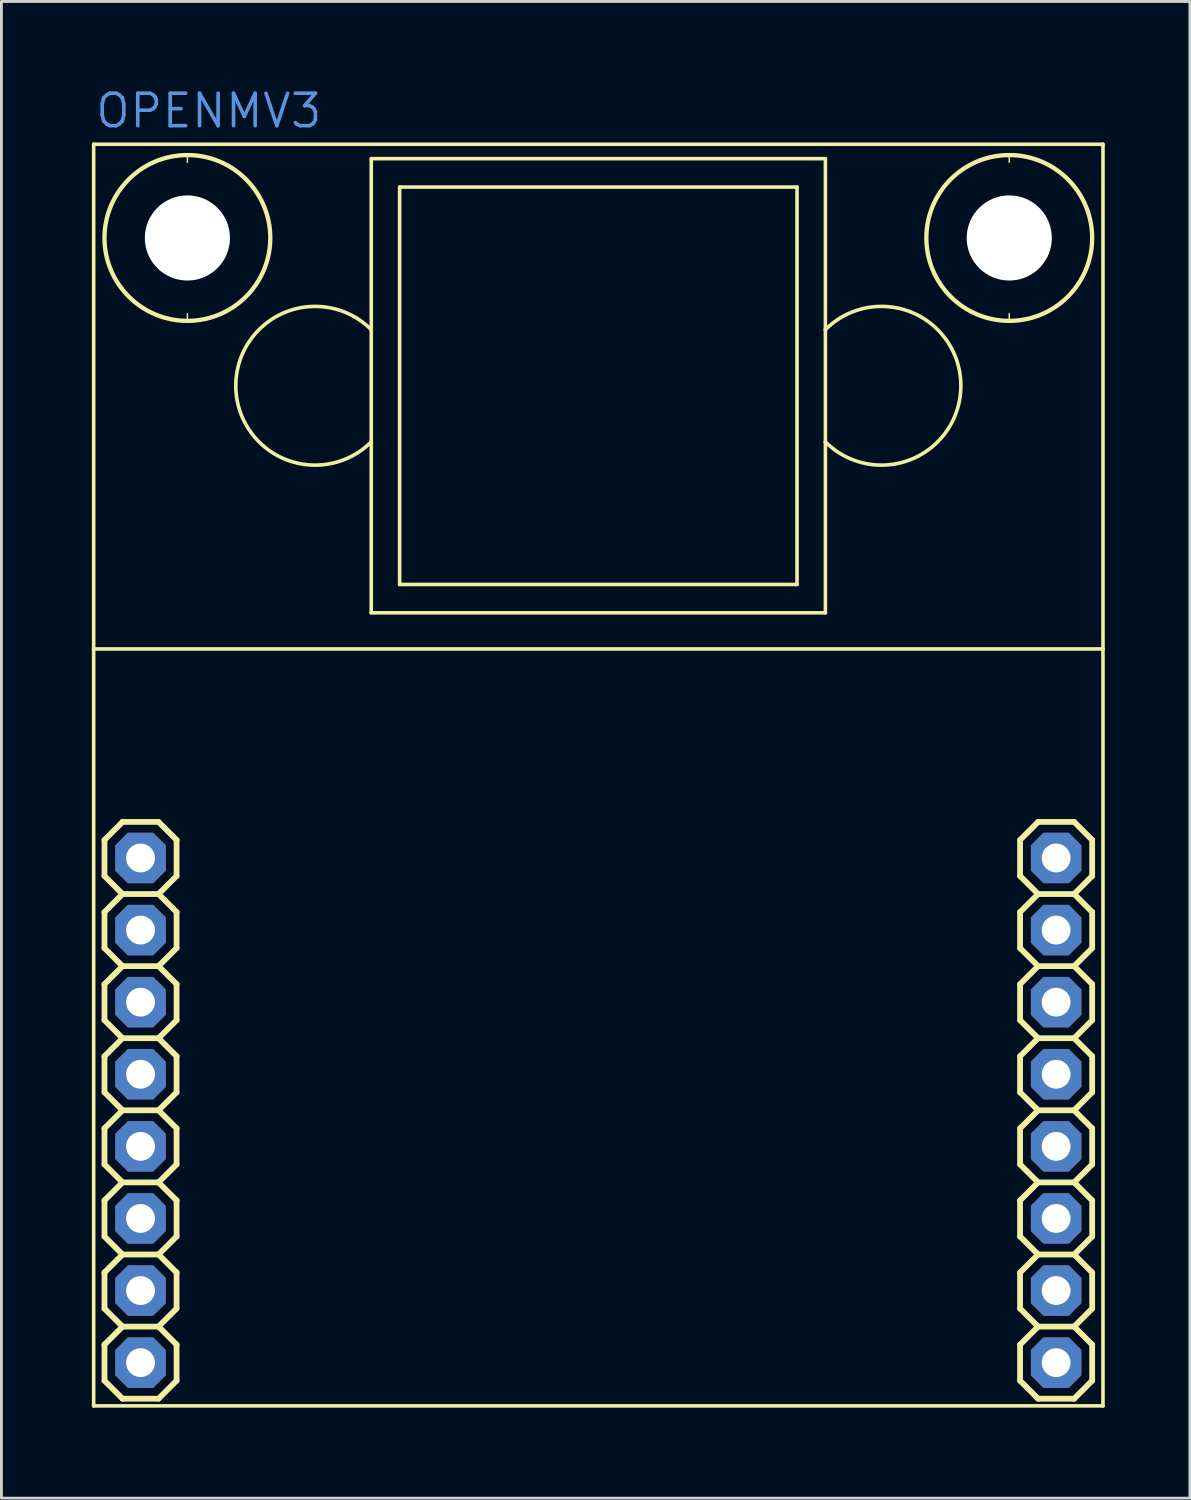
<source format=kicad_pcb>
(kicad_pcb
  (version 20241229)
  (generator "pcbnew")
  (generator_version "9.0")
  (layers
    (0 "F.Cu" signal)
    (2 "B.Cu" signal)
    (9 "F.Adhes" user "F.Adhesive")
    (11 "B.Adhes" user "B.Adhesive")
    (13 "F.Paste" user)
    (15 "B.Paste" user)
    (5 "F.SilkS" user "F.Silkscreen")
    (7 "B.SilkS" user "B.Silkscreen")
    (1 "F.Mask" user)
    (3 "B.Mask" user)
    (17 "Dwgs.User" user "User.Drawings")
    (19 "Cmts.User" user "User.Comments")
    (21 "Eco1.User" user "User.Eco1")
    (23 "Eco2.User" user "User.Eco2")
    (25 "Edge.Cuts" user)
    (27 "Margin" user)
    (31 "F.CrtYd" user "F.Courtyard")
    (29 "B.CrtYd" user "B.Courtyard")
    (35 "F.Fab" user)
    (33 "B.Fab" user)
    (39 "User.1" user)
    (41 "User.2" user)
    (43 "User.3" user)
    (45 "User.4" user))
  (footprint "OPENMV3"
    (layer "F.Cu")
    (at 0.25 46.482)
    (property "Reference" "OPENMV3" (at 0 -44.958 0) (layer "Cmts.User") (effects (font (size 1.143 1.143) (thickness 0.127)) (justify left bottom)))
    (fp_line (start 0 -44.45) (end 35.56 -44.45) (stroke (width 0.127) (type solid)) (layer "F.SilkS"))
    (fp_line (start 0 -26.67) (end 0 -44.45) (stroke (width 0.127) (type solid)) (layer "F.SilkS"))
    (fp_line (start 0 -26.67) (end 35.56 -26.67) (stroke (width 0.127) (type solid)) (layer "F.SilkS"))
    (fp_line (start 0 0) (end 0 -26.67) (stroke (width 0.127) (type solid)) (layer "F.SilkS"))
    (fp_line (start 0.381 -19.939) (end 0.381 -18.669) (stroke (width 0.203) (type solid)) (layer "F.SilkS"))
    (fp_line (start 0.381 -18.669) (end 1.016 -18.034) (stroke (width 0.203) (type solid)) (layer "F.SilkS"))
    (fp_line (start 0.381 -17.399) (end 0.381 -16.129) (stroke (width 0.203) (type solid)) (layer "F.SilkS"))
    (fp_line (start 0.381 -16.129) (end 1.016 -15.494) (stroke (width 0.203) (type solid)) (layer "F.SilkS"))
    (fp_line (start 0.381 -14.859) (end 0.381 -13.589) (stroke (width 0.203) (type solid)) (layer "F.SilkS"))
    (fp_line (start 0.381 -13.589) (end 1.016 -12.954) (stroke (width 0.203) (type solid)) (layer "F.SilkS"))
    (fp_line (start 0.381 -12.319) (end 0.381 -11.049) (stroke (width 0.203) (type solid)) (layer "F.SilkS"))
    (fp_line (start 0.381 -11.049) (end 1.016 -10.414) (stroke (width 0.203) (type solid)) (layer "F.SilkS"))
    (fp_line (start 0.381 -9.779) (end 0.381 -8.509) (stroke (width 0.203) (type solid)) (layer "F.SilkS"))
    (fp_line (start 0.381 -8.509) (end 1.016 -7.874) (stroke (width 0.203) (type solid)) (layer "F.SilkS"))
    (fp_line (start 0.381 -7.239) (end 0.381 -5.969) (stroke (width 0.203) (type solid)) (layer "F.SilkS"))
    (fp_line (start 0.381 -5.969) (end 1.016 -5.334) (stroke (width 0.203) (type solid)) (layer "F.SilkS"))
    (fp_line (start 0.381 -4.699) (end 0.381 -3.429) (stroke (width 0.203) (type solid)) (layer "F.SilkS"))
    (fp_line (start 0.381 -3.429) (end 1.016 -2.794) (stroke (width 0.203) (type solid)) (layer "F.SilkS"))
    (fp_line (start 0.381 -2.159) (end 0.381 -0.889) (stroke (width 0.203) (type solid)) (layer "F.SilkS"))
    (fp_line (start 0.381 -0.889) (end 1.016 -0.254) (stroke (width 0.203) (type solid)) (layer "F.SilkS"))
    (fp_line (start 1.016 -20.574) (end 0.381 -19.939) (stroke (width 0.203) (type solid)) (layer "F.SilkS"))
    (fp_line (start 1.016 -20.574) (end 2.286 -20.574) (stroke (width 0.203) (type solid)) (layer "F.SilkS"))
    (fp_line (start 1.016 -18.034) (end 0.381 -17.399) (stroke (width 0.203) (type solid)) (layer "F.SilkS"))
    (fp_line (start 1.016 -15.494) (end 0.381 -14.859) (stroke (width 0.203) (type solid)) (layer "F.SilkS"))
    (fp_line (start 1.016 -12.954) (end 0.381 -12.319) (stroke (width 0.203) (type solid)) (layer "F.SilkS"))
    (fp_line (start 1.016 -10.414) (end 0.381 -9.779) (stroke (width 0.203) (type solid)) (layer "F.SilkS"))
    (fp_line (start 1.016 -7.874) (end 0.381 -7.239) (stroke (width 0.203) (type solid)) (layer "F.SilkS"))
    (fp_line (start 1.016 -5.334) (end 0.381 -4.699) (stroke (width 0.203) (type solid)) (layer "F.SilkS"))
    (fp_line (start 1.016 -2.794) (end 0.381 -2.159) (stroke (width 0.203) (type solid)) (layer "F.SilkS"))
    (fp_line (start 2.286 -20.574) (end 2.921 -19.939) (stroke (width 0.203) (type solid)) (layer "F.SilkS"))
    (fp_line (start 2.286 -18.034) (end 1.016 -18.034) (stroke (width 0.203) (type solid)) (layer "F.SilkS"))
    (fp_line (start 2.286 -18.034) (end 2.921 -17.399) (stroke (width 0.203) (type solid)) (layer "F.SilkS"))
    (fp_line (start 2.286 -15.494) (end 1.016 -15.494) (stroke (width 0.203) (type solid)) (layer "F.SilkS"))
    (fp_line (start 2.286 -15.494) (end 2.921 -14.859) (stroke (width 0.203) (type solid)) (layer "F.SilkS"))
    (fp_line (start 2.286 -12.954) (end 1.016 -12.954) (stroke (width 0.203) (type solid)) (layer "F.SilkS"))
    (fp_line (start 2.286 -12.954) (end 2.921 -12.319) (stroke (width 0.203) (type solid)) (layer "F.SilkS"))
    (fp_line (start 2.286 -10.414) (end 1.016 -10.414) (stroke (width 0.203) (type solid)) (layer "F.SilkS"))
    (fp_line (start 2.286 -10.414) (end 2.921 -9.779) (stroke (width 0.203) (type solid)) (layer "F.SilkS"))
    (fp_line (start 2.286 -7.874) (end 1.016 -7.874) (stroke (width 0.203) (type solid)) (layer "F.SilkS"))
    (fp_line (start 2.286 -7.874) (end 2.921 -7.239) (stroke (width 0.203) (type solid)) (layer "F.SilkS"))
    (fp_line (start 2.286 -5.334) (end 1.016 -5.334) (stroke (width 0.203) (type solid)) (layer "F.SilkS"))
    (fp_line (start 2.286 -5.334) (end 2.921 -4.699) (stroke (width 0.203) (type solid)) (layer "F.SilkS"))
    (fp_line (start 2.286 -2.794) (end 1.016 -2.794) (stroke (width 0.203) (type solid)) (layer "F.SilkS"))
    (fp_line (start 2.286 -2.794) (end 2.921 -2.159) (stroke (width 0.203) (type solid)) (layer "F.SilkS"))
    (fp_line (start 2.286 -0.254) (end 1.016 -0.254) (stroke (width 0.203) (type solid)) (layer "F.SilkS"))
    (fp_line (start 2.921 -19.939) (end 2.921 -18.669) (stroke (width 0.203) (type solid)) (layer "F.SilkS"))
    (fp_line (start 2.921 -18.669) (end 2.286 -18.034) (stroke (width 0.203) (type solid)) (layer "F.SilkS"))
    (fp_line (start 2.921 -17.399) (end 2.921 -16.129) (stroke (width 0.203) (type solid)) (layer "F.SilkS"))
    (fp_line (start 2.921 -16.129) (end 2.286 -15.494) (stroke (width 0.203) (type solid)) (layer "F.SilkS"))
    (fp_line (start 2.921 -14.859) (end 2.921 -13.589) (stroke (width 0.203) (type solid)) (layer "F.SilkS"))
    (fp_line (start 2.921 -13.589) (end 2.286 -12.954) (stroke (width 0.203) (type solid)) (layer "F.SilkS"))
    (fp_line (start 2.921 -12.319) (end 2.921 -11.049) (stroke (width 0.203) (type solid)) (layer "F.SilkS"))
    (fp_line (start 2.921 -11.049) (end 2.286 -10.414) (stroke (width 0.203) (type solid)) (layer "F.SilkS"))
    (fp_line (start 2.921 -9.779) (end 2.921 -8.509) (stroke (width 0.203) (type solid)) (layer "F.SilkS"))
    (fp_line (start 2.921 -8.509) (end 2.286 -7.874) (stroke (width 0.203) (type solid)) (layer "F.SilkS"))
    (fp_line (start 2.921 -7.239) (end 2.921 -5.969) (stroke (width 0.203) (type solid)) (layer "F.SilkS"))
    (fp_line (start 2.921 -5.969) (end 2.286 -5.334) (stroke (width 0.203) (type solid)) (layer "F.SilkS"))
    (fp_line (start 2.921 -4.699) (end 2.921 -3.429) (stroke (width 0.203) (type solid)) (layer "F.SilkS"))
    (fp_line (start 2.921 -3.429) (end 2.286 -2.794) (stroke (width 0.203) (type solid)) (layer "F.SilkS"))
    (fp_line (start 2.921 -2.159) (end 2.921 -0.889) (stroke (width 0.203) (type solid)) (layer "F.SilkS"))
    (fp_line (start 2.921 -0.889) (end 2.286 -0.254) (stroke (width 0.203) (type solid)) (layer "F.SilkS"))
    (fp_line (start 3.302 -44.069) (end 3.302 -43.815) (stroke (width 0.051) (type solid)) (layer "F.SilkS"))
    (fp_line (start 3.302 -38.481) (end 3.302 -38.227) (stroke (width 0.051) (type solid)) (layer "F.SilkS"))
    (fp_line (start 9.78 -43.941) (end 25.78 -43.941) (stroke (width 0.127) (type solid)) (layer "F.SilkS"))
    (fp_line (start 9.78 -37.918) (end 9.78 -43.941) (stroke (width 0.127) (type solid)) (layer "F.SilkS"))
    (fp_line (start 9.78 -33.964) (end 9.78 -37.918) (stroke (width 0.127) (type solid)) (layer "F.SilkS"))
    (fp_line (start 9.78 -27.941) (end 9.78 -33.964) (stroke (width 0.127) (type solid)) (layer "F.SilkS"))
    (fp_line (start 10.78 -42.941) (end 10.78 -28.941) (stroke (width 0.127) (type solid)) (layer "F.SilkS"))
    (fp_line (start 10.78 -28.941) (end 24.78 -28.941) (stroke (width 0.127) (type solid)) (layer "F.SilkS"))
    (fp_line (start 24.78 -42.941) (end 10.78 -42.941) (stroke (width 0.127) (type solid)) (layer "F.SilkS"))
    (fp_line (start 24.78 -28.941) (end 24.78 -42.941) (stroke (width 0.127) (type solid)) (layer "F.SilkS"))
    (fp_line (start 25.78 -43.941) (end 25.78 -37.918) (stroke (width 0.127) (type solid)) (layer "F.SilkS"))
    (fp_line (start 25.78 -37.918) (end 25.78 -33.964) (stroke (width 0.127) (type solid)) (layer "F.SilkS"))
    (fp_line (start 25.78 -33.964) (end 25.78 -27.941) (stroke (width 0.127) (type solid)) (layer "F.SilkS"))
    (fp_line (start 25.78 -27.941) (end 9.78 -27.941) (stroke (width 0.127) (type solid)) (layer "F.SilkS"))
    (fp_line (start 32.258 -44.069) (end 32.258 -43.815) (stroke (width 0.051) (type solid)) (layer "F.SilkS"))
    (fp_line (start 32.258 -38.481) (end 32.258 -38.227) (stroke (width 0.051) (type solid)) (layer "F.SilkS"))
    (fp_line (start 32.639 -19.939) (end 32.639 -18.669) (stroke (width 0.203) (type solid)) (layer "F.SilkS"))
    (fp_line (start 32.639 -18.669) (end 33.274 -18.034) (stroke (width 0.203) (type solid)) (layer "F.SilkS"))
    (fp_line (start 32.639 -17.399) (end 32.639 -16.129) (stroke (width 0.203) (type solid)) (layer "F.SilkS"))
    (fp_line (start 32.639 -16.129) (end 33.274 -15.494) (stroke (width 0.203) (type solid)) (layer "F.SilkS"))
    (fp_line (start 32.639 -14.859) (end 32.639 -13.589) (stroke (width 0.203) (type solid)) (layer "F.SilkS"))
    (fp_line (start 32.639 -13.589) (end 33.274 -12.954) (stroke (width 0.203) (type solid)) (layer "F.SilkS"))
    (fp_line (start 32.639 -12.319) (end 32.639 -11.049) (stroke (width 0.203) (type solid)) (layer "F.SilkS"))
    (fp_line (start 32.639 -11.049) (end 33.274 -10.414) (stroke (width 0.203) (type solid)) (layer "F.SilkS"))
    (fp_line (start 32.639 -9.779) (end 32.639 -8.509) (stroke (width 0.203) (type solid)) (layer "F.SilkS"))
    (fp_line (start 32.639 -8.509) (end 33.274 -7.874) (stroke (width 0.203) (type solid)) (layer "F.SilkS"))
    (fp_line (start 32.639 -7.239) (end 32.639 -5.969) (stroke (width 0.203) (type solid)) (layer "F.SilkS"))
    (fp_line (start 32.639 -5.969) (end 33.274 -5.334) (stroke (width 0.203) (type solid)) (layer "F.SilkS"))
    (fp_line (start 32.639 -4.699) (end 32.639 -3.429) (stroke (width 0.203) (type solid)) (layer "F.SilkS"))
    (fp_line (start 32.639 -3.429) (end 33.274 -2.794) (stroke (width 0.203) (type solid)) (layer "F.SilkS"))
    (fp_line (start 32.639 -2.159) (end 32.639 -0.889) (stroke (width 0.203) (type solid)) (layer "F.SilkS"))
    (fp_line (start 32.639 -0.889) (end 33.274 -0.254) (stroke (width 0.203) (type solid)) (layer "F.SilkS"))
    (fp_line (start 33.274 -20.574) (end 32.639 -19.939) (stroke (width 0.203) (type solid)) (layer "F.SilkS"))
    (fp_line (start 33.274 -20.574) (end 34.544 -20.574) (stroke (width 0.203) (type solid)) (layer "F.SilkS"))
    (fp_line (start 33.274 -18.034) (end 32.639 -17.399) (stroke (width 0.203) (type solid)) (layer "F.SilkS"))
    (fp_line (start 33.274 -15.494) (end 32.639 -14.859) (stroke (width 0.203) (type solid)) (layer "F.SilkS"))
    (fp_line (start 33.274 -12.954) (end 32.639 -12.319) (stroke (width 0.203) (type solid)) (layer "F.SilkS"))
    (fp_line (start 33.274 -10.414) (end 32.639 -9.779) (stroke (width 0.203) (type solid)) (layer "F.SilkS"))
    (fp_line (start 33.274 -7.874) (end 32.639 -7.239) (stroke (width 0.203) (type solid)) (layer "F.SilkS"))
    (fp_line (start 33.274 -5.334) (end 32.639 -4.699) (stroke (width 0.203) (type solid)) (layer "F.SilkS"))
    (fp_line (start 33.274 -2.794) (end 32.639 -2.159) (stroke (width 0.203) (type solid)) (layer "F.SilkS"))
    (fp_line (start 34.544 -20.574) (end 35.179 -19.939) (stroke (width 0.203) (type solid)) (layer "F.SilkS"))
    (fp_line (start 34.544 -18.034) (end 33.274 -18.034) (stroke (width 0.203) (type solid)) (layer "F.SilkS"))
    (fp_line (start 34.544 -18.034) (end 35.179 -17.399) (stroke (width 0.203) (type solid)) (layer "F.SilkS"))
    (fp_line (start 34.544 -15.494) (end 33.274 -15.494) (stroke (width 0.203) (type solid)) (layer "F.SilkS"))
    (fp_line (start 34.544 -15.494) (end 35.179 -14.859) (stroke (width 0.203) (type solid)) (layer "F.SilkS"))
    (fp_line (start 34.544 -12.954) (end 33.274 -12.954) (stroke (width 0.203) (type solid)) (layer "F.SilkS"))
    (fp_line (start 34.544 -12.954) (end 35.179 -12.319) (stroke (width 0.203) (type solid)) (layer "F.SilkS"))
    (fp_line (start 34.544 -10.414) (end 33.274 -10.414) (stroke (width 0.203) (type solid)) (layer "F.SilkS"))
    (fp_line (start 34.544 -10.414) (end 35.179 -9.779) (stroke (width 0.203) (type solid)) (layer "F.SilkS"))
    (fp_line (start 34.544 -7.874) (end 33.274 -7.874) (stroke (width 0.203) (type solid)) (layer "F.SilkS"))
    (fp_line (start 34.544 -7.874) (end 35.179 -7.239) (stroke (width 0.203) (type solid)) (layer "F.SilkS"))
    (fp_line (start 34.544 -5.334) (end 33.274 -5.334) (stroke (width 0.203) (type solid)) (layer "F.SilkS"))
    (fp_line (start 34.544 -5.334) (end 35.179 -4.699) (stroke (width 0.203) (type solid)) (layer "F.SilkS"))
    (fp_line (start 34.544 -2.794) (end 33.274 -2.794) (stroke (width 0.203) (type solid)) (layer "F.SilkS"))
    (fp_line (start 34.544 -2.794) (end 35.179 -2.159) (stroke (width 0.203) (type solid)) (layer "F.SilkS"))
    (fp_line (start 34.544 -0.254) (end 33.274 -0.254) (stroke (width 0.203) (type solid)) (layer "F.SilkS"))
    (fp_line (start 35.179 -19.939) (end 35.179 -18.669) (stroke (width 0.203) (type solid)) (layer "F.SilkS"))
    (fp_line (start 35.179 -18.669) (end 34.544 -18.034) (stroke (width 0.203) (type solid)) (layer "F.SilkS"))
    (fp_line (start 35.179 -17.399) (end 35.179 -16.129) (stroke (width 0.203) (type solid)) (layer "F.SilkS"))
    (fp_line (start 35.179 -16.129) (end 34.544 -15.494) (stroke (width 0.203) (type solid)) (layer "F.SilkS"))
    (fp_line (start 35.179 -14.859) (end 35.179 -13.589) (stroke (width 0.203) (type solid)) (layer "F.SilkS"))
    (fp_line (start 35.179 -13.589) (end 34.544 -12.954) (stroke (width 0.203) (type solid)) (layer "F.SilkS"))
    (fp_line (start 35.179 -12.319) (end 35.179 -11.049) (stroke (width 0.203) (type solid)) (layer "F.SilkS"))
    (fp_line (start 35.179 -11.049) (end 34.544 -10.414) (stroke (width 0.203) (type solid)) (layer "F.SilkS"))
    (fp_line (start 35.179 -9.779) (end 35.179 -8.509) (stroke (width 0.203) (type solid)) (layer "F.SilkS"))
    (fp_line (start 35.179 -8.509) (end 34.544 -7.874) (stroke (width 0.203) (type solid)) (layer "F.SilkS"))
    (fp_line (start 35.179 -7.239) (end 35.179 -5.969) (stroke (width 0.203) (type solid)) (layer "F.SilkS"))
    (fp_line (start 35.179 -5.969) (end 34.544 -5.334) (stroke (width 0.203) (type solid)) (layer "F.SilkS"))
    (fp_line (start 35.179 -4.699) (end 35.179 -3.429) (stroke (width 0.203) (type solid)) (layer "F.SilkS"))
    (fp_line (start 35.179 -3.429) (end 34.544 -2.794) (stroke (width 0.203) (type solid)) (layer "F.SilkS"))
    (fp_line (start 35.179 -2.159) (end 35.179 -0.889) (stroke (width 0.203) (type solid)) (layer "F.SilkS"))
    (fp_line (start 35.179 -0.889) (end 34.544 -0.254) (stroke (width 0.203) (type solid)) (layer "F.SilkS"))
    (fp_line (start 35.56 -44.45) (end 35.56 -26.67) (stroke (width 0.127) (type solid)) (layer "F.SilkS"))
    (fp_line (start 35.56 -26.67) (end 35.56 0) (stroke (width 0.127) (type solid)) (layer "F.SilkS"))
    (fp_line (start 35.56 0) (end 0 0) (stroke (width 0.127) (type solid)) (layer "F.SilkS"))
    (fp_arc (start 9.78 -33.964) (mid 5.0071 -35.941) (end 9.78 -37.918) (stroke (width 0.127) (type solid)) (layer "F.SilkS"))
    (fp_arc (start 25.78 -37.918) (mid 30.5529 -35.941) (end 25.78 -33.964) (stroke (width 0.127) (type solid)) (layer "F.SilkS"))
    (fp_circle (center 3.302 -41.148) (end 6.223 -41.148) (stroke (width 0.152) (type solid)) (fill no) (layer "F.SilkS"))
    (fp_circle (center 32.258 -41.148) (end 35.179 -41.148) (stroke (width 0.152) (type solid)) (fill no) (layer "F.SilkS"))
    (pad "" np_thru_hole circle (at 3.302 -41.148) (size 3 3) (drill 3) (layers "*.Cu" "*.Mask"))
    (pad "" np_thru_hole circle (at 32.258 -41.148) (size 3 3) (drill 3) (layers "*.Cu" "*.Mask"))
    (pad "11" thru_hole roundrect (at 1.651 -19.304 270) (size 1.778 1.778) (drill 1.016) (layers "*.Cu" "*.Mask") (roundrect_rratio 0.25) (chamfer_ratio 0.25) (chamfer top_left top_right bottom_left bottom_right))
    (pad "12" thru_hole roundrect (at 1.651 -16.764 270) (size 1.778 1.778) (drill 1.016) (layers "*.Cu" "*.Mask") (roundrect_rratio 0.25) (chamfer_ratio 0.25) (chamfer top_left top_right bottom_left bottom_right))
    (pad "13" thru_hole roundrect (at 1.651 -14.224 270) (size 1.778 1.778) (drill 1.016) (layers "*.Cu" "*.Mask") (roundrect_rratio 0.25) (chamfer_ratio 0.25) (chamfer top_left top_right bottom_left bottom_right))
    (pad "14" thru_hole roundrect (at 1.651 -11.684 270) (size 1.778 1.778) (drill 1.016) (layers "*.Cu" "*.Mask") (roundrect_rratio 0.25) (chamfer_ratio 0.25) (chamfer top_left top_right bottom_left bottom_right))
    (pad "15" thru_hole roundrect (at 1.651 -9.144 270) (size 1.778 1.778) (drill 1.016) (layers "*.Cu" "*.Mask") (roundrect_rratio 0.25) (chamfer_ratio 0.25) (chamfer top_left top_right bottom_left bottom_right))
    (pad "16" thru_hole roundrect (at 1.651 -6.604 270) (size 1.778 1.778) (drill 1.016) (layers "*.Cu" "*.Mask") (roundrect_rratio 0.25) (chamfer_ratio 0.25) (chamfer top_left top_right bottom_left bottom_right))
    (pad "17" thru_hole roundrect (at 1.651 -4.064 270) (size 1.778 1.778) (drill 1.016) (layers "*.Cu" "*.Mask") (roundrect_rratio 0.25) (chamfer_ratio 0.25) (chamfer top_left top_right bottom_left bottom_right))
    (pad "18" thru_hole roundrect (at 1.651 -1.524 270) (size 1.778 1.778) (drill 1.016) (layers "*.Cu" "*.Mask") (roundrect_rratio 0.25) (chamfer_ratio 0.25) (chamfer top_left top_right bottom_left bottom_right))
    (pad "21" thru_hole roundrect (at 33.909 -19.304 270) (size 1.778 1.778) (drill 1.016) (layers "*.Cu" "*.Mask") (roundrect_rratio 0.25) (chamfer_ratio 0.25) (chamfer top_left top_right bottom_left bottom_right))
    (pad "22" thru_hole roundrect (at 33.909 -16.764 270) (size 1.778 1.778) (drill 1.016) (layers "*.Cu" "*.Mask") (roundrect_rratio 0.25) (chamfer_ratio 0.25) (chamfer top_left top_right bottom_left bottom_right))
    (pad "23" thru_hole roundrect (at 33.909 -14.224 270) (size 1.778 1.778) (drill 1.016) (layers "*.Cu" "*.Mask") (roundrect_rratio 0.25) (chamfer_ratio 0.25) (chamfer top_left top_right bottom_left bottom_right))
    (pad "24" thru_hole roundrect (at 33.909 -11.684 270) (size 1.778 1.778) (drill 1.016) (layers "*.Cu" "*.Mask") (roundrect_rratio 0.25) (chamfer_ratio 0.25) (chamfer top_left top_right bottom_left bottom_right))
    (pad "25" thru_hole roundrect (at 33.909 -9.144 270) (size 1.778 1.778) (drill 1.016) (layers "*.Cu" "*.Mask") (roundrect_rratio 0.25) (chamfer_ratio 0.25) (chamfer top_left top_right bottom_left bottom_right))
    (pad "26" thru_hole roundrect (at 33.909 -6.604 270) (size 1.778 1.778) (drill 1.016) (layers "*.Cu" "*.Mask") (roundrect_rratio 0.25) (chamfer_ratio 0.25) (chamfer top_left top_right bottom_left bottom_right))
    (pad "27" thru_hole roundrect (at 33.909 -4.064 270) (size 1.778 1.778) (drill 1.016) (layers "*.Cu" "*.Mask") (roundrect_rratio 0.25) (chamfer_ratio 0.25) (chamfer top_left top_right bottom_left bottom_right))
    (pad "28" thru_hole roundrect (at 33.909 -1.524 270) (size 1.778 1.778) (drill 1.016) (layers "*.Cu" "*.Mask") (roundrect_rratio 0.25) (chamfer_ratio 0.25) (chamfer top_left top_right bottom_left bottom_right))
    (zone (net_name "") (layer "F.Cu") (hatch edge 0.508) (connect_pads) (min_thickness 0.254) (filled_areas_thickness no) (keepout (tracks not_allowed) (vias not_allowed) (pads not_allowed) (copperpour not_allowed) (footprints allowed)) (placement (enabled no)) (fill) (polygon (pts (xy 6.549 5.334) (xy 6.504 4.814) (xy 6.368 4.309) (xy 6.148 3.835) (xy 5.848 3.407) (xy 5.479 3.038) (xy 5.051 2.738) (xy 4.577 2.518) (xy 4.072 2.382) (xy 3.552 2.337) (xy 3.032 2.382) (xy 2.527 2.518) (xy 2.053 2.738) (xy 1.625 3.038) (xy 1.256 3.407) (xy 0.956 3.835) (xy 0.736 4.309) (xy 0.6 4.814) (xy 0.555 5.334) (xy 0.6 5.854) (xy 0.736 6.359) (xy 0.956 6.833) (xy 1.256 7.261) (xy 1.625 7.63) (xy 2.053 7.93) (xy 2.527 8.15) (xy 3.032 8.286) (xy 3.552 8.331) (xy 4.072 8.286) (xy 4.577 8.15) (xy 5.051 7.93) (xy 5.479 7.63) (xy 5.848 7.261) (xy 6.148 6.833) (xy 6.368 6.359) (xy 6.504 5.854))) (polygon (pts (xy 6.397 5.334) (xy 6.354 4.84) (xy 6.225 4.361) (xy 6.016 3.912) (xy 5.731 3.505) (xy 5.381 3.155) (xy 4.974 2.87) (xy 4.525 2.661) (xy 4.046 2.532) (xy 3.552 2.489) (xy 3.058 2.532) (xy 2.579 2.661) (xy 2.13 2.87) (xy 1.723 3.155) (xy 1.373 3.505) (xy 1.088 3.912) (xy 0.879 4.361) (xy 0.75 4.84) (xy 0.707 5.334) (xy 0.75 5.828) (xy 0.879 6.307) (xy 1.088 6.756) (xy 1.373 7.163) (xy 1.723 7.513) (xy 2.13 7.798) (xy 2.579 8.007) (xy 3.058 8.136) (xy 3.552 8.179) (xy 4.046 8.136) (xy 4.525 8.007) (xy 4.974 7.798) (xy 5.381 7.513) (xy 5.731 7.163) (xy 6.016 6.756) (xy 6.225 6.307) (xy 6.354 5.828))))
    (zone (net_name "") (layer "F.Cu") (hatch edge 0.508) (connect_pads) (min_thickness 0.254) (filled_areas_thickness no) (keepout (tracks not_allowed) (vias not_allowed) (pads not_allowed) (copperpour not_allowed) (footprints allowed)) (placement (enabled no)) (fill) (polygon (pts (xy 35.505 5.334) (xy 35.46 4.814) (xy 35.324 4.309) (xy 35.104 3.835) (xy 34.804 3.407) (xy 34.435 3.038) (xy 34.007 2.738) (xy 33.533 2.518) (xy 33.028 2.382) (xy 32.508 2.337) (xy 31.988 2.382) (xy 31.483 2.518) (xy 31.009 2.738) (xy 30.581 3.038) (xy 30.212 3.407) (xy 29.912 3.835) (xy 29.692 4.309) (xy 29.556 4.814) (xy 29.511 5.334) (xy 29.556 5.854) (xy 29.692 6.359) (xy 29.912 6.833) (xy 30.212 7.261) (xy 30.581 7.63) (xy 31.009 7.93) (xy 31.483 8.15) (xy 31.988 8.286) (xy 32.508 8.331) (xy 33.028 8.286) (xy 33.533 8.15) (xy 34.007 7.93) (xy 34.435 7.63) (xy 34.804 7.261) (xy 35.104 6.833) (xy 35.324 6.359) (xy 35.46 5.854))) (polygon (pts (xy 35.353 5.334) (xy 35.31 4.84) (xy 35.181 4.361) (xy 34.972 3.912) (xy 34.687 3.505) (xy 34.337 3.155) (xy 33.93 2.87) (xy 33.481 2.661) (xy 33.002 2.532) (xy 32.508 2.489) (xy 32.014 2.532) (xy 31.535 2.661) (xy 31.086 2.87) (xy 30.679 3.155) (xy 30.329 3.505) (xy 30.044 3.912) (xy 29.835 4.361) (xy 29.706 4.84) (xy 29.663 5.334) (xy 29.706 5.828) (xy 29.835 6.307) (xy 30.044 6.756) (xy 30.329 7.163) (xy 30.679 7.513) (xy 31.086 7.798) (xy 31.535 8.007) (xy 32.014 8.136) (xy 32.508 8.179) (xy 33.002 8.136) (xy 33.481 8.007) (xy 33.93 7.798) (xy 34.337 7.513) (xy 34.687 7.163) (xy 34.972 6.756) (xy 35.181 6.307) (xy 35.31 5.828))))
    (zone (net_name "") (layer "B.Cu") (hatch edge 0.508) (connect_pads) (min_thickness 0.254) (filled_areas_thickness no) (keepout (tracks not_allowed) (vias not_allowed) (pads not_allowed) (copperpour not_allowed) (footprints allowed)) (placement (enabled no)) (fill) (polygon (pts (xy 6.549 5.334) (xy 6.504 4.814) (xy 6.368 4.309) (xy 6.148 3.835) (xy 5.848 3.407) (xy 5.479 3.038) (xy 5.051 2.738) (xy 4.577 2.518) (xy 4.072 2.382) (xy 3.552 2.337) (xy 3.032 2.382) (xy 2.527 2.518) (xy 2.053 2.738) (xy 1.625 3.038) (xy 1.256 3.407) (xy 0.956 3.835) (xy 0.736 4.309) (xy 0.6 4.814) (xy 0.555 5.334) (xy 0.6 5.854) (xy 0.736 6.359) (xy 0.956 6.833) (xy 1.256 7.261) (xy 1.625 7.63) (xy 2.053 7.93) (xy 2.527 8.15) (xy 3.032 8.286) (xy 3.552 8.331) (xy 4.072 8.286) (xy 4.577 8.15) (xy 5.051 7.93) (xy 5.479 7.63) (xy 5.848 7.261) (xy 6.148 6.833) (xy 6.368 6.359) (xy 6.504 5.854))) (polygon (pts (xy 6.397 5.334) (xy 6.354 4.84) (xy 6.225 4.361) (xy 6.016 3.912) (xy 5.731 3.505) (xy 5.381 3.155) (xy 4.974 2.87) (xy 4.525 2.661) (xy 4.046 2.532) (xy 3.552 2.489) (xy 3.058 2.532) (xy 2.579 2.661) (xy 2.13 2.87) (xy 1.723 3.155) (xy 1.373 3.505) (xy 1.088 3.912) (xy 0.879 4.361) (xy 0.75 4.84) (xy 0.707 5.334) (xy 0.75 5.828) (xy 0.879 6.307) (xy 1.088 6.756) (xy 1.373 7.163) (xy 1.723 7.513) (xy 2.13 7.798) (xy 2.579 8.007) (xy 3.058 8.136) (xy 3.552 8.179) (xy 4.046 8.136) (xy 4.525 8.007) (xy 4.974 7.798) (xy 5.381 7.513) (xy 5.731 7.163) (xy 6.016 6.756) (xy 6.225 6.307) (xy 6.354 5.828))))
    (zone (net_name "") (layer "B.Cu") (hatch edge 0.508) (connect_pads) (min_thickness 0.254) (filled_areas_thickness no) (keepout (tracks not_allowed) (vias not_allowed) (pads not_allowed) (copperpour not_allowed) (footprints allowed)) (placement (enabled no)) (fill) (polygon (pts (xy 35.505 5.334) (xy 35.46 4.814) (xy 35.324 4.309) (xy 35.104 3.835) (xy 34.804 3.407) (xy 34.435 3.038) (xy 34.007 2.738) (xy 33.533 2.518) (xy 33.028 2.382) (xy 32.508 2.337) (xy 31.988 2.382) (xy 31.483 2.518) (xy 31.009 2.738) (xy 30.581 3.038) (xy 30.212 3.407) (xy 29.912 3.835) (xy 29.692 4.309) (xy 29.556 4.814) (xy 29.511 5.334) (xy 29.556 5.854) (xy 29.692 6.359) (xy 29.912 6.833) (xy 30.212 7.261) (xy 30.581 7.63) (xy 31.009 7.93) (xy 31.483 8.15) (xy 31.988 8.286) (xy 32.508 8.331) (xy 33.028 8.286) (xy 33.533 8.15) (xy 34.007 7.93) (xy 34.435 7.63) (xy 34.804 7.261) (xy 35.104 6.833) (xy 35.324 6.359) (xy 35.46 5.854))) (polygon (pts (xy 35.353 5.334) (xy 35.31 4.84) (xy 35.181 4.361) (xy 34.972 3.912) (xy 34.687 3.505) (xy 34.337 3.155) (xy 33.93 2.87) (xy 33.481 2.661) (xy 33.002 2.532) (xy 32.508 2.489) (xy 32.014 2.532) (xy 31.535 2.661) (xy 31.086 2.87) (xy 30.679 3.155) (xy 30.329 3.505) (xy 30.044 3.912) (xy 29.835 4.361) (xy 29.706 4.84) (xy 29.663 5.334) (xy 29.706 5.828) (xy 29.835 6.307) (xy 30.044 6.756) (xy 30.329 7.163) (xy 30.679 7.513) (xy 31.086 7.798) (xy 31.535 8.007) (xy 32.014 8.136) (xy 32.508 8.179) (xy 33.002 8.136) (xy 33.481 8.007) (xy 33.93 7.798) (xy 34.337 7.513) (xy 34.687 7.163) (xy 34.972 6.756) (xy 35.181 6.307) (xy 35.31 5.828)))))
  (gr_rect
    (start -3 -3)
    (end 38.873 49.732)
    (stroke (width 0.1) (type default))
    (fill no)
    (layer "Edge.Cuts")))
</source>
